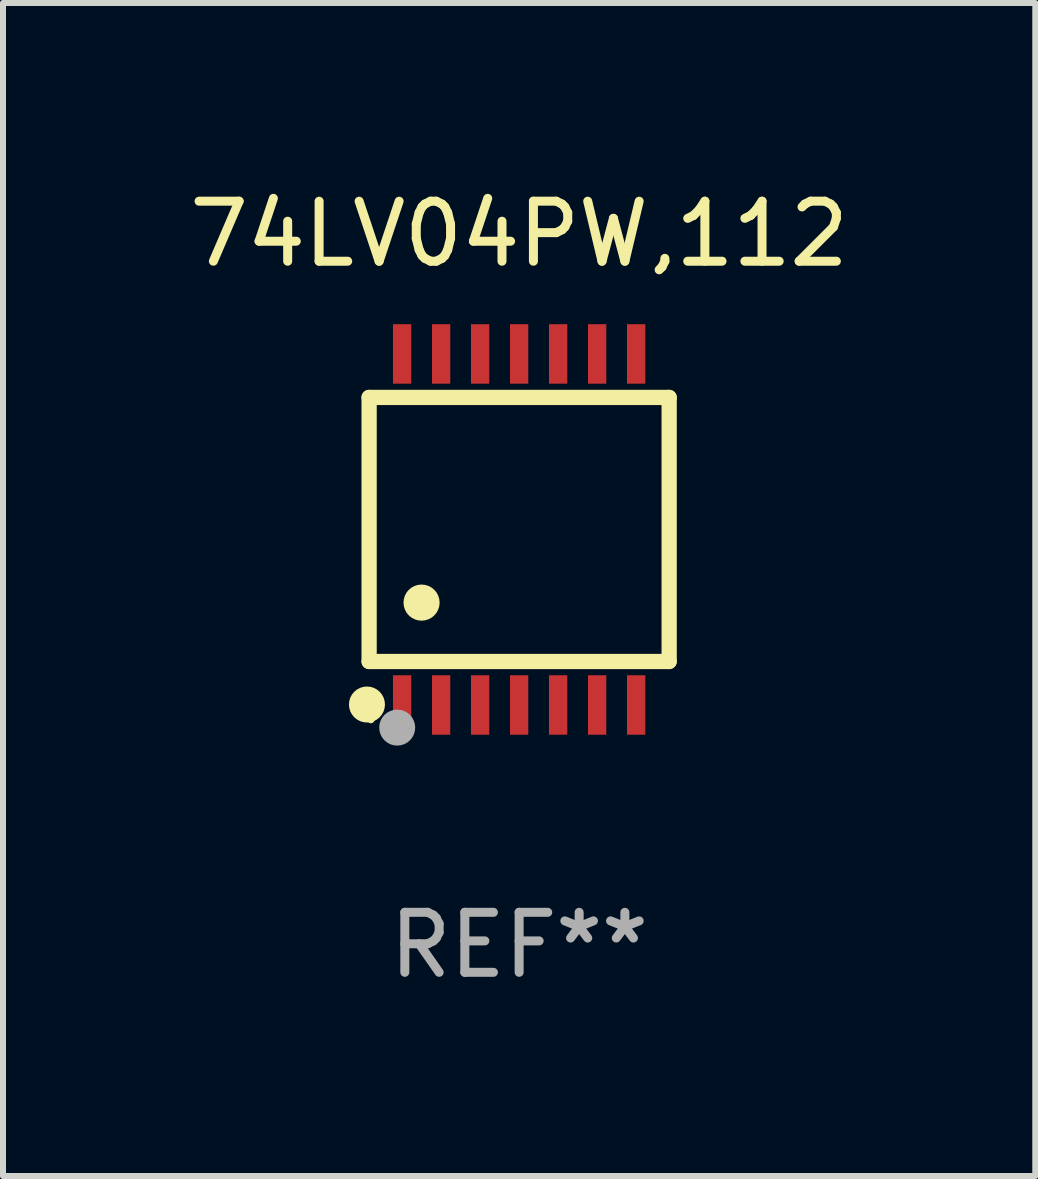
<source format=kicad_pcb>
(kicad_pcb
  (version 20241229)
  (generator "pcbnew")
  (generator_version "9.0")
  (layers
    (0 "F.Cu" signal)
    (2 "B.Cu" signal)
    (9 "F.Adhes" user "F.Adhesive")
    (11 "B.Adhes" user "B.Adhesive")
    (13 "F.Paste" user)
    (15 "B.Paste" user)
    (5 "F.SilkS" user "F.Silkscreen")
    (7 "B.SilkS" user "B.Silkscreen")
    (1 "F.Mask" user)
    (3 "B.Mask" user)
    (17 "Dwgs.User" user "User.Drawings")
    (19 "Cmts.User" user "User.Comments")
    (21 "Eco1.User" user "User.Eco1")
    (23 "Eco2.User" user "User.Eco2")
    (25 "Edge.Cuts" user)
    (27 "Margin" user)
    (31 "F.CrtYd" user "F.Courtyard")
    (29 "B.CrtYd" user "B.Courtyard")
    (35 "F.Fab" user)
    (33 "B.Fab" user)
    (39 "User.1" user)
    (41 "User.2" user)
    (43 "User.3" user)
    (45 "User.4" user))
  (footprint "74LV04PW,112"
    (layer "F.Cu")
    (at 5.601 5.773)
    (property "Reference" "74LV04PW,112" (at 0 -4.925 0) (layer "F.SilkS") (effects (font (size 1 1) (thickness 0.15))))
    (attr through_hole)
    (fp_line (start -2.5 2.2) (end -2.5 -2.2) (stroke (width 0.254) (type solid)) (layer "F.SilkS"))
    (fp_line (start -2.5 2.2) (end 2.5 2.2) (stroke (width 0.254) (type solid)) (layer "F.SilkS"))
    (fp_line (start 2.5 -2.2) (end -2.5 -2.2) (stroke (width 0.254) (type solid)) (layer "F.SilkS"))
    (fp_line (start 2.5 -2.2) (end 2.5 2.2) (stroke (width 0.254) (type solid)) (layer "F.SilkS"))
    (fp_circle (center -2.536 2.917) (end -2.386 2.917) (stroke (width 0.3) (type solid)) (fill no) (layer "F.SilkS"))
    (fp_circle (center -2.47 3.17) (end -2.44 3.17) (stroke (width 0.06) (type solid)) (fill no) (layer "F.SilkS"))
    (fp_circle (center -1.626 1.219) (end -1.475 1.219) (stroke (width 0.3) (type solid)) (fill no) (layer "F.SilkS"))
    (fp_circle (center -2.032 3.302) (end -1.882 3.302) (stroke (width 0.3) (type solid)) (fill no) (layer "F.Fab"))
    (fp_text user "REF**" (at 0 6.925 0) (layer "F.Fab") (effects (font (size 1 1) (thickness 0.15))))
    (pad "1" smd rect (at -1.95 2.925) (size 0.305 0.991) (layers "F.Cu" "F.Mask" "F.Paste"))
    (pad "2" smd rect (at -1.3 2.925) (size 0.305 0.991) (layers "F.Cu" "F.Mask" "F.Paste"))
    (pad "3" smd rect (at -0.65 2.925) (size 0.305 0.991) (layers "F.Cu" "F.Mask" "F.Paste"))
    (pad "4" smd rect (at 0 2.925) (size 0.305 0.991) (layers "F.Cu" "F.Mask" "F.Paste"))
    (pad "5" smd rect (at 0.65 2.925) (size 0.305 0.991) (layers "F.Cu" "F.Mask" "F.Paste"))
    (pad "6" smd rect (at 1.3 2.925) (size 0.305 0.991) (layers "F.Cu" "F.Mask" "F.Paste"))
    (pad "7" smd rect (at 1.95 2.925) (size 0.305 0.991) (layers "F.Cu" "F.Mask" "F.Paste"))
    (pad "8" smd rect (at 1.95 -2.925) (size 0.305 0.991) (layers "F.Cu" "F.Mask" "F.Paste"))
    (pad "9" smd rect (at 1.3 -2.925) (size 0.305 0.991) (layers "F.Cu" "F.Mask" "F.Paste"))
    (pad "10" smd rect (at 0.65 -2.925) (size 0.305 0.991) (layers "F.Cu" "F.Mask" "F.Paste"))
    (pad "11" smd rect (at 0 -2.925) (size 0.305 0.991) (layers "F.Cu" "F.Mask" "F.Paste"))
    (pad "12" smd rect (at -0.65 -2.925) (size 0.305 0.991) (layers "F.Cu" "F.Mask" "F.Paste"))
    (pad "13" smd rect (at -1.3 -2.925) (size 0.305 0.991) (layers "F.Cu" "F.Mask" "F.Paste"))
    (pad "14" smd rect (at -1.95 -2.925) (size 0.305 0.991) (layers "F.Cu" "F.Mask" "F.Paste")))
  (gr_rect
    (start -3 -3)
    (end 14.202 16.547)
    (stroke (width 0.1) (type default))
    (fill no)
    (layer "Edge.Cuts")))
</source>
